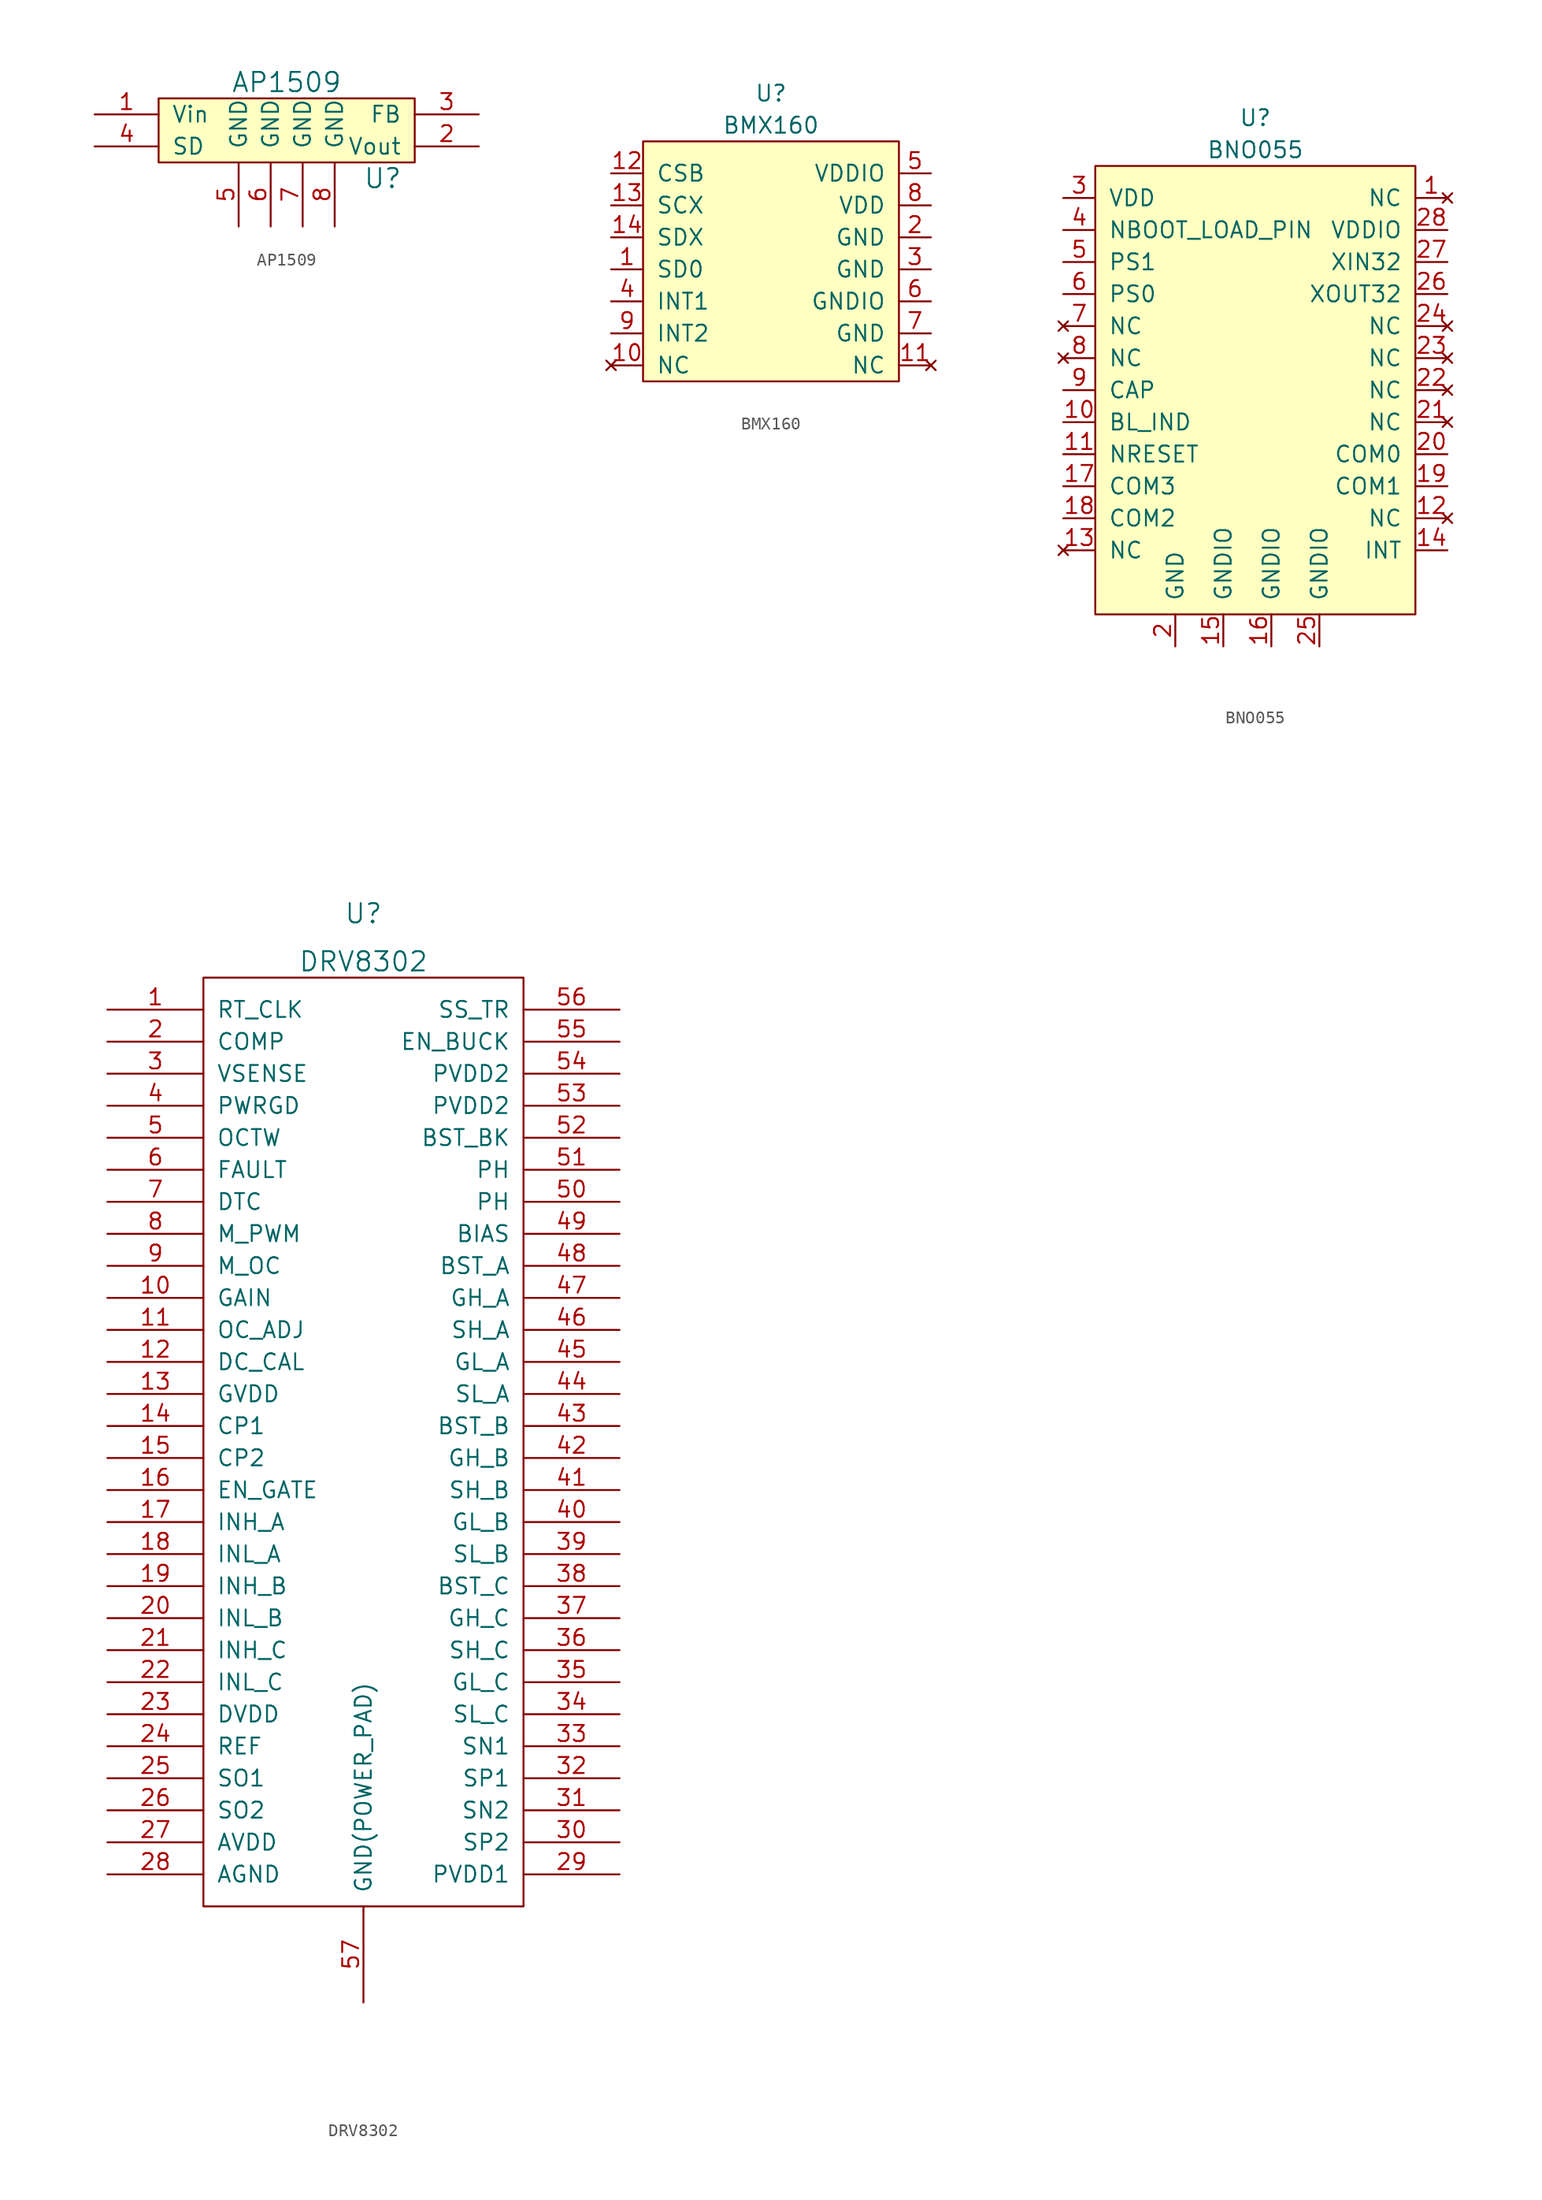
<source format=kicad_sym>
(kicad_symbol_lib
  (version 20220914)
  (generator kicad_symbol_editor)
  (symbol "AP1509"
    (pin_names
      (offset 1.016))
    (property "Reference" "U"
      (at 17.78 -1.27 0)
      (effects (font (size 1.524 1.524))))
    (property "Value" "AP1509"
      (at 10.16 6.35 0)
      (effects (font (size 1.524 1.524))))
    (symbol "AP1509_0_1"
      (rectangle (start 0 5.08) (end 20.32 0) (stroke (width 0) (type default)) (fill (type background))))
    (symbol "AP1509_1_1"
      (pin input line (at -5.08 3.81 0) (length 5.08) (name "Vin" (effects (font (size 1.27 1.27)))) (number "1" (effects (font (size 1.27 1.27)))))
      (pin input line (at 25.4 1.27 180) (length 5.08) (name "Vout" (effects (font (size 1.27 1.27)))) (number "2" (effects (font (size 1.27 1.27)))))
      (pin input line (at 25.4 3.81 180) (length 5.08) (name "FB" (effects (font (size 1.27 1.27)))) (number "3" (effects (font (size 1.27 1.27)))))
      (pin input line (at -5.08 1.27 0) (length 5.08) (name "SD" (effects (font (size 1.27 1.27)))) (number "4" (effects (font (size 1.27 1.27)))))
      (pin input line (at 6.35 -5.08 90) (length 5.08) (name "GND" (effects (font (size 1.27 1.27)))) (number "5" (effects (font (size 1.27 1.27)))))
      (pin input line (at 8.89 -5.08 90) (length 5.08) (name "GND" (effects (font (size 1.27 1.27)))) (number "6" (effects (font (size 1.27 1.27)))))
      (pin input line (at 11.43 -5.08 90) (length 5.08) (name "GND" (effects (font (size 1.27 1.27)))) (number "7" (effects (font (size 1.27 1.27)))))
      (pin input line (at 13.97 -5.08 90) (length 5.08) (name "GND" (effects (font (size 1.27 1.27)))) (number "8" (effects (font (size 1.27 1.27)))))))
  (symbol "BMX160"
    (pin_names
      (offset 1.016))
    (property "Reference" "U"
      (at 0 10.16 0)
      (effects (font (size 1.27 1.27))))
    (property "Value" "BMX160"
      (at 0 7.62 0)
      (effects (font (size 1.27 1.27))))
    (symbol "BMX160_0_1"
      (rectangle (start -10.16 6.35) (end 10.16 -12.7) (stroke (width 0) (type default)) (fill (type background))))
    (symbol "BMX160_1_1"
      (pin bidirectional line (at -12.7 -3.81 0) (length 2.54) (name "SD0" (effects (font (size 1.27 1.27)))) (number "1" (effects (font (size 1.27 1.27)))))
      (pin no_connect line (at -12.7 -11.43 0) (length 2.54) (name "NC" (effects (font (size 1.27 1.27)))) (number "10" (effects (font (size 1.27 1.27)))))
      (pin no_connect line (at 12.7 -11.43 180) (length 2.54) (name "NC" (effects (font (size 1.27 1.27)))) (number "11" (effects (font (size 1.27 1.27)))))
      (pin input line (at -12.7 3.81 0) (length 2.54) (name "CSB" (effects (font (size 1.27 1.27)))) (number "12" (effects (font (size 1.27 1.27)))))
      (pin input line (at -12.7 1.27 0) (length 2.54) (name "SCX" (effects (font (size 1.27 1.27)))) (number "13" (effects (font (size 1.27 1.27)))))
      (pin bidirectional line (at -12.7 -1.27 0) (length 2.54) (name "SDX" (effects (font (size 1.27 1.27)))) (number "14" (effects (font (size 1.27 1.27)))))
      (pin input line (at 12.7 -1.27 180) (length 2.54) (name "GND" (effects (font (size 1.27 1.27)))) (number "2" (effects (font (size 1.27 1.27)))))
      (pin input line (at 12.7 -3.81 180) (length 2.54) (name "GND" (effects (font (size 1.27 1.27)))) (number "3" (effects (font (size 1.27 1.27)))))
      (pin bidirectional line (at -12.7 -6.35 0) (length 2.54) (name "INT1" (effects (font (size 1.27 1.27)))) (number "4" (effects (font (size 1.27 1.27)))))
      (pin input line (at 12.7 3.81 180) (length 2.54) (name "VDDIO" (effects (font (size 1.27 1.27)))) (number "5" (effects (font (size 1.27 1.27)))))
      (pin input line (at 12.7 -6.35 180) (length 2.54) (name "GNDIO" (effects (font (size 1.27 1.27)))) (number "6" (effects (font (size 1.27 1.27)))))
      (pin input line (at 12.7 -8.89 180) (length 2.54) (name "GND" (effects (font (size 1.27 1.27)))) (number "7" (effects (font (size 1.27 1.27)))))
      (pin input line (at 12.7 1.27 180) (length 2.54) (name "VDD" (effects (font (size 1.27 1.27)))) (number "8" (effects (font (size 1.27 1.27)))))
      (pin bidirectional line (at -12.7 -8.89 0) (length 2.54) (name "INT2" (effects (font (size 1.27 1.27)))) (number "9" (effects (font (size 1.27 1.27)))))))
  (symbol "BNO055"
    (pin_names
      (offset 1.016))
    (property "Reference" "U"
      (at 0 16.51 0)
      (effects (font (size 1.27 1.27))))
    (property "Value" "BNO055"
      (at 0 13.97 0)
      (effects (font (size 1.27 1.27))))
    (symbol "BNO055_0_1"
      (rectangle (start -12.7 12.7) (end 12.7 -22.86) (stroke (width 0) (type default)) (fill (type background))))
    (symbol "BNO055_1_1"
      (pin no_connect line (at 15.24 10.16 180) (length 2.54) (name "NC" (effects (font (size 1.27 1.27)))) (number "1" (effects (font (size 1.27 1.27)))))
      (pin input line (at -15.24 -7.62 0) (length 2.54) (name "BL_IND" (effects (font (size 1.27 1.27)))) (number "10" (effects (font (size 1.27 1.27)))))
      (pin input line (at -15.24 -10.16 0) (length 2.54) (name "NRESET" (effects (font (size 1.27 1.27)))) (number "11" (effects (font (size 1.27 1.27)))))
      (pin no_connect line (at 15.24 -15.24 180) (length 2.54) (name "NC" (effects (font (size 1.27 1.27)))) (number "12" (effects (font (size 1.27 1.27)))))
      (pin no_connect line (at -15.24 -17.78 0) (length 2.54) (name "NC" (effects (font (size 1.27 1.27)))) (number "13" (effects (font (size 1.27 1.27)))))
      (pin input line (at 15.24 -17.78 180) (length 2.54) (name "INT" (effects (font (size 1.27 1.27)))) (number "14" (effects (font (size 1.27 1.27)))))
      (pin power_in line (at -2.54 -25.4 90) (length 2.54) (name "GNDIO" (effects (font (size 1.27 1.27)))) (number "15" (effects (font (size 1.27 1.27)))))
      (pin power_in line (at 1.27 -25.4 90) (length 2.54) (name "GNDIO" (effects (font (size 1.27 1.27)))) (number "16" (effects (font (size 1.27 1.27)))))
      (pin bidirectional line (at -15.24 -12.7 0) (length 2.54) (name "COM3" (effects (font (size 1.27 1.27)))) (number "17" (effects (font (size 1.27 1.27)))))
      (pin bidirectional line (at -15.24 -15.24 0) (length 2.54) (name "COM2" (effects (font (size 1.27 1.27)))) (number "18" (effects (font (size 1.27 1.27)))))
      (pin bidirectional line (at 15.24 -12.7 180) (length 2.54) (name "COM1" (effects (font (size 1.27 1.27)))) (number "19" (effects (font (size 1.27 1.27)))))
      (pin power_in line (at -6.35 -25.4 90) (length 2.54) (name "GND" (effects (font (size 1.27 1.27)))) (number "2" (effects (font (size 1.27 1.27)))))
      (pin bidirectional line (at 15.24 -10.16 180) (length 2.54) (name "COM0" (effects (font (size 1.27 1.27)))) (number "20" (effects (font (size 1.27 1.27)))))
      (pin no_connect line (at 15.24 -7.62 180) (length 2.54) (name "NC" (effects (font (size 1.27 1.27)))) (number "21" (effects (font (size 1.27 1.27)))))
      (pin no_connect line (at 15.24 -5.08 180) (length 2.54) (name "NC" (effects (font (size 1.27 1.27)))) (number "22" (effects (font (size 1.27 1.27)))))
      (pin no_connect line (at 15.24 -2.54 180) (length 2.54) (name "NC" (effects (font (size 1.27 1.27)))) (number "23" (effects (font (size 1.27 1.27)))))
      (pin no_connect line (at 15.24 0 180) (length 2.54) (name "NC" (effects (font (size 1.27 1.27)))) (number "24" (effects (font (size 1.27 1.27)))))
      (pin power_in line (at 5.08 -25.4 90) (length 2.54) (name "GNDIO" (effects (font (size 1.27 1.27)))) (number "25" (effects (font (size 1.27 1.27)))))
      (pin input line (at 15.24 2.54 180) (length 2.54) (name "XOUT32" (effects (font (size 1.27 1.27)))) (number "26" (effects (font (size 1.27 1.27)))))
      (pin input line (at 15.24 5.08 180) (length 2.54) (name "XIN32" (effects (font (size 1.27 1.27)))) (number "27" (effects (font (size 1.27 1.27)))))
      (pin power_in line (at 15.24 7.62 180) (length 2.54) (name "VDDIO" (effects (font (size 1.27 1.27)))) (number "28" (effects (font (size 1.27 1.27)))))
      (pin power_in line (at -15.24 10.16 0) (length 2.54) (name "VDD" (effects (font (size 1.27 1.27)))) (number "3" (effects (font (size 1.27 1.27)))))
      (pin bidirectional line (at -15.24 7.62 0) (length 2.54) (name "NBOOT_LOAD_PIN" (effects (font (size 1.27 1.27)))) (number "4" (effects (font (size 1.27 1.27)))))
      (pin input line (at -15.24 5.08 0) (length 2.54) (name "PS1" (effects (font (size 1.27 1.27)))) (number "5" (effects (font (size 1.27 1.27)))))
      (pin input line (at -15.24 2.54 0) (length 2.54) (name "PS0" (effects (font (size 1.27 1.27)))) (number "6" (effects (font (size 1.27 1.27)))))
      (pin no_connect line (at -15.24 0 0) (length 2.54) (name "NC" (effects (font (size 1.27 1.27)))) (number "7" (effects (font (size 1.27 1.27)))))
      (pin no_connect line (at -15.24 -2.54 0) (length 2.54) (name "NC" (effects (font (size 1.27 1.27)))) (number "8" (effects (font (size 1.27 1.27)))))
      (pin passive line (at -15.24 -5.08 0) (length 2.54) (name "CAP" (effects (font (size 1.27 1.27)))) (number "9" (effects (font (size 1.27 1.27)))))))
  (symbol "DRV8302"
    (pin_names
      (offset 1.016))
    (property "Reference" "U"
      (at 0 41.91 0)
      (effects (font (size 1.524 1.524))))
    (property "Value" "DRV8302"
      (at 0 38.1 0)
      (effects (font (size 1.524 1.524))))
    (property "Footprint" ""
      (at 0 0 0)
      (effects (font (size 1.524 1.524))))
    (property "Datasheet" ""
      (at 0 0 0)
      (effects (font (size 1.524 1.524))))
    (symbol "DRV8302_0_1"
      (rectangle (start 12.7 -36.83) (end -12.7 36.83) (stroke (width 0) (type default)) (fill (type none))))
    (symbol "DRV8302_1_0"
      (pin passive line (at 20.32 21.59 180) (length 7.62) (name "PH" (effects (font (size 1.27 1.27)))) (number "51" (effects (font (size 1.27 1.27))))))
    (symbol "DRV8302_1_1"
      (pin input line (at -20.32 34.29 0) (length 7.62) (name "RT_CLK" (effects (font (size 1.27 1.27)))) (number "1" (effects (font (size 1.27 1.27)))))
      (pin input line (at -20.32 11.43 0) (length 7.62) (name "GAIN" (effects (font (size 1.27 1.27)))) (number "10" (effects (font (size 1.27 1.27)))))
      (pin input line (at -20.32 8.89 0) (length 7.62) (name "OC_ADJ" (effects (font (size 1.27 1.27)))) (number "11" (effects (font (size 1.27 1.27)))))
      (pin input line (at -20.32 6.35 0) (length 7.62) (name "DC_CAL" (effects (font (size 1.27 1.27)))) (number "12" (effects (font (size 1.27 1.27)))))
      (pin power_out line (at -20.32 3.81 0) (length 7.62) (name "GVDD" (effects (font (size 1.27 1.27)))) (number "13" (effects (font (size 1.27 1.27)))))
      (pin power_out line (at -20.32 1.27 0) (length 7.62) (name "CP1" (effects (font (size 1.27 1.27)))) (number "14" (effects (font (size 1.27 1.27)))))
      (pin power_out line (at -20.32 -1.27 0) (length 7.62) (name "CP2" (effects (font (size 1.27 1.27)))) (number "15" (effects (font (size 1.27 1.27)))))
      (pin input line (at -20.32 -3.81 0) (length 7.62) (name "EN_GATE" (effects (font (size 1.27 1.27)))) (number "16" (effects (font (size 1.27 1.27)))))
      (pin input line (at -20.32 -6.35 0) (length 7.62) (name "INH_A" (effects (font (size 1.27 1.27)))) (number "17" (effects (font (size 1.27 1.27)))))
      (pin input line (at -20.32 -8.89 0) (length 7.62) (name "INL_A" (effects (font (size 1.27 1.27)))) (number "18" (effects (font (size 1.27 1.27)))))
      (pin input line (at -20.32 -11.43 0) (length 7.62) (name "INH_B" (effects (font (size 1.27 1.27)))) (number "19" (effects (font (size 1.27 1.27)))))
      (pin output line (at -20.32 31.75 0) (length 7.62) (name "COMP" (effects (font (size 1.27 1.27)))) (number "2" (effects (font (size 1.27 1.27)))))
      (pin input line (at -20.32 -13.97 0) (length 7.62) (name "INL_B" (effects (font (size 1.27 1.27)))) (number "20" (effects (font (size 1.27 1.27)))))
      (pin input line (at -20.32 -16.51 0) (length 7.62) (name "INH_C" (effects (font (size 1.27 1.27)))) (number "21" (effects (font (size 1.27 1.27)))))
      (pin input line (at -20.32 -19.05 0) (length 7.62) (name "INL_C" (effects (font (size 1.27 1.27)))) (number "22" (effects (font (size 1.27 1.27)))))
      (pin power_out line (at -20.32 -21.59 0) (length 7.62) (name "DVDD" (effects (font (size 1.27 1.27)))) (number "23" (effects (font (size 1.27 1.27)))))
      (pin input line (at -20.32 -24.13 0) (length 7.62) (name "REF" (effects (font (size 1.27 1.27)))) (number "24" (effects (font (size 1.27 1.27)))))
      (pin output line (at -20.32 -26.67 0) (length 7.62) (name "SO1" (effects (font (size 1.27 1.27)))) (number "25" (effects (font (size 1.27 1.27)))))
      (pin output line (at -20.32 -29.21 0) (length 7.62) (name "SO2" (effects (font (size 1.27 1.27)))) (number "26" (effects (font (size 1.27 1.27)))))
      (pin power_out line (at -20.32 -31.75 0) (length 7.62) (name "AVDD" (effects (font (size 1.27 1.27)))) (number "27" (effects (font (size 1.27 1.27)))))
      (pin power_in line (at -20.32 -34.29 0) (length 7.62) (name "AGND" (effects (font (size 1.27 1.27)))) (number "28" (effects (font (size 1.27 1.27)))))
      (pin power_in line (at 20.32 -34.29 180) (length 7.62) (name "PVDD1" (effects (font (size 1.27 1.27)))) (number "29" (effects (font (size 1.27 1.27)))))
      (pin input line (at -20.32 29.21 0) (length 7.62) (name "VSENSE" (effects (font (size 1.27 1.27)))) (number "3" (effects (font (size 1.27 1.27)))))
      (pin input line (at 20.32 -31.75 180) (length 7.62) (name "SP2" (effects (font (size 1.27 1.27)))) (number "30" (effects (font (size 1.27 1.27)))))
      (pin input line (at 20.32 -29.21 180) (length 7.62) (name "SN2" (effects (font (size 1.27 1.27)))) (number "31" (effects (font (size 1.27 1.27)))))
      (pin input line (at 20.32 -26.67 180) (length 7.62) (name "SP1" (effects (font (size 1.27 1.27)))) (number "32" (effects (font (size 1.27 1.27)))))
      (pin input line (at 20.32 -24.13 180) (length 7.62) (name "SN1" (effects (font (size 1.27 1.27)))) (number "33" (effects (font (size 1.27 1.27)))))
      (pin input line (at 20.32 -21.59 180) (length 7.62) (name "SL_C" (effects (font (size 1.27 1.27)))) (number "34" (effects (font (size 1.27 1.27)))))
      (pin output line (at 20.32 -19.05 180) (length 7.62) (name "GL_C" (effects (font (size 1.27 1.27)))) (number "35" (effects (font (size 1.27 1.27)))))
      (pin input line (at 20.32 -16.51 180) (length 7.62) (name "SH_C" (effects (font (size 1.27 1.27)))) (number "36" (effects (font (size 1.27 1.27)))))
      (pin output line (at 20.32 -13.97 180) (length 7.62) (name "GH_C" (effects (font (size 1.27 1.27)))) (number "37" (effects (font (size 1.27 1.27)))))
      (pin power_out line (at 20.32 -11.43 180) (length 7.62) (name "BST_C" (effects (font (size 1.27 1.27)))) (number "38" (effects (font (size 1.27 1.27)))))
      (pin input line (at 20.32 -8.89 180) (length 7.62) (name "SL_B" (effects (font (size 1.27 1.27)))) (number "39" (effects (font (size 1.27 1.27)))))
      (pin input line (at -20.32 26.67 0) (length 7.62) (name "PWRGD" (effects (font (size 1.27 1.27)))) (number "4" (effects (font (size 1.27 1.27)))))
      (pin output line (at 20.32 -6.35 180) (length 7.62) (name "GL_B" (effects (font (size 1.27 1.27)))) (number "40" (effects (font (size 1.27 1.27)))))
      (pin input line (at 20.32 -3.81 180) (length 7.62) (name "SH_B" (effects (font (size 1.27 1.27)))) (number "41" (effects (font (size 1.27 1.27)))))
      (pin output line (at 20.32 -1.27 180) (length 7.62) (name "GH_B" (effects (font (size 1.27 1.27)))) (number "42" (effects (font (size 1.27 1.27)))))
      (pin power_out line (at 20.32 1.27 180) (length 7.62) (name "BST_B" (effects (font (size 1.27 1.27)))) (number "43" (effects (font (size 1.27 1.27)))))
      (pin input line (at 20.32 3.81 180) (length 7.62) (name "SL_A" (effects (font (size 1.27 1.27)))) (number "44" (effects (font (size 1.27 1.27)))))
      (pin output line (at 20.32 6.35 180) (length 7.62) (name "GL_A" (effects (font (size 1.27 1.27)))) (number "45" (effects (font (size 1.27 1.27)))))
      (pin input line (at 20.32 8.89 180) (length 7.62) (name "SH_A" (effects (font (size 1.27 1.27)))) (number "46" (effects (font (size 1.27 1.27)))))
      (pin output line (at 20.32 11.43 180) (length 7.62) (name "GH_A" (effects (font (size 1.27 1.27)))) (number "47" (effects (font (size 1.27 1.27)))))
      (pin power_out line (at 20.32 13.97 180) (length 7.62) (name "BST_A" (effects (font (size 1.27 1.27)))) (number "48" (effects (font (size 1.27 1.27)))))
      (pin input line (at 20.32 16.51 180) (length 7.62) (name "BIAS" (effects (font (size 1.27 1.27)))) (number "49" (effects (font (size 1.27 1.27)))))
      (pin output line (at -20.32 24.13 0) (length 7.62) (name "OCTW" (effects (font (size 1.27 1.27)))) (number "5" (effects (font (size 1.27 1.27)))))
      (pin output line (at 20.32 19.05 180) (length 7.62) (name "PH" (effects (font (size 1.27 1.27)))) (number "50" (effects (font (size 1.27 1.27)))))
      (pin power_out line (at 20.32 24.13 180) (length 7.62) (name "BST_BK" (effects (font (size 1.27 1.27)))) (number "52" (effects (font (size 1.27 1.27)))))
      (pin power_in line (at 20.32 26.67 180) (length 7.62) (name "PVDD2" (effects (font (size 1.27 1.27)))) (number "53" (effects (font (size 1.27 1.27)))))
      (pin power_in line (at 20.32 29.21 180) (length 7.62) (name "PVDD2" (effects (font (size 1.27 1.27)))) (number "54" (effects (font (size 1.27 1.27)))))
      (pin input line (at 20.32 31.75 180) (length 7.62) (name "EN_BUCK" (effects (font (size 1.27 1.27)))) (number "55" (effects (font (size 1.27 1.27)))))
      (pin input line (at 20.32 34.29 180) (length 7.62) (name "SS_TR" (effects (font (size 1.27 1.27)))) (number "56" (effects (font (size 1.27 1.27)))))
      (pin power_in line (at 0 -44.45 90) (length 7.62) (name "GND(POWER_PAD)" (effects (font (size 1.27 1.27)))) (number "57" (effects (font (size 1.27 1.27)))))
      (pin output line (at -20.32 21.59 0) (length 7.62) (name "FAULT" (effects (font (size 1.27 1.27)))) (number "6" (effects (font (size 1.27 1.27)))))
      (pin input line (at -20.32 19.05 0) (length 7.62) (name "DTC" (effects (font (size 1.27 1.27)))) (number "7" (effects (font (size 1.27 1.27)))))
      (pin input line (at -20.32 16.51 0) (length 7.62) (name "M_PWM" (effects (font (size 1.27 1.27)))) (number "8" (effects (font (size 1.27 1.27)))))
      (pin input line (at -20.32 13.97 0) (length 7.62) (name "M_OC" (effects (font (size 1.27 1.27)))) (number "9" (effects (font (size 1.27 1.27))))))))
</source>
